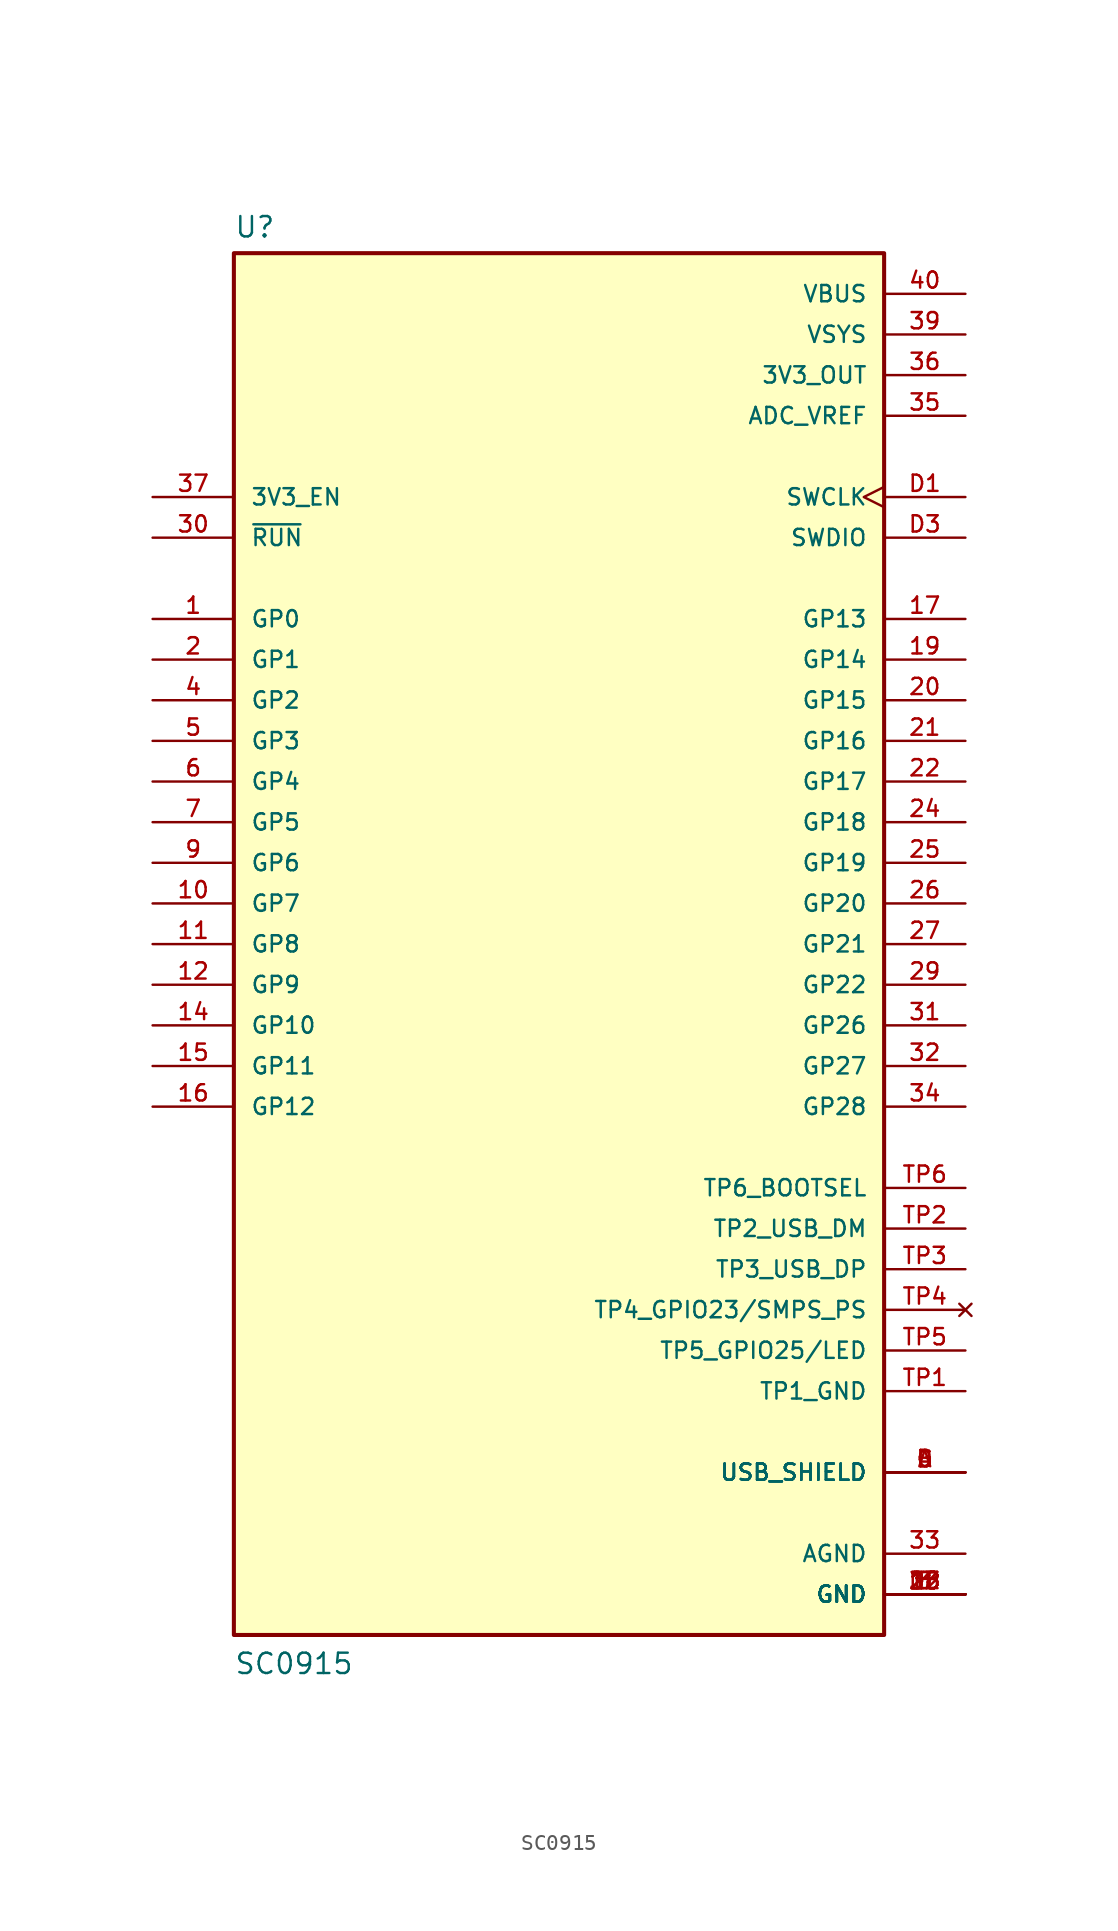
<source format=kicad_sym>
(kicad_symbol_lib
  (version 20220914)
  (generator kicad_symbol_editor)
  (symbol "SC0915"
    (pin_names
      (offset 1.016))
    (property "Reference" "U"
      (at -20.32 44.069 0)
      (effects (font (size 1.27 1.27)) (justify left bottom)))
    (property "Value" "SC0915"
      (at -20.32 -45.72 0)
      (effects (font (size 1.27 1.27)) (justify left bottom)))
    (symbol "SC0915_0_0"
      (rectangle (start -20.32 -43.18) (end 20.32 43.18) (stroke (width 0.254) (type default)) (fill (type background)))
      (pin bidirectional line (at -25.4 20.32 0) (length 5.08) (name "GP0" (effects (font (size 1.016 1.016)))) (number "1" (effects (font (size 1.016 1.016)))))
      (pin bidirectional line (at -25.4 2.54 0) (length 5.08) (name "GP7" (effects (font (size 1.016 1.016)))) (number "10" (effects (font (size 1.016 1.016)))))
      (pin bidirectional line (at -25.4 0 0) (length 5.08) (name "GP8" (effects (font (size 1.016 1.016)))) (number "11" (effects (font (size 1.016 1.016)))))
      (pin bidirectional line (at -25.4 -2.54 0) (length 5.08) (name "GP9" (effects (font (size 1.016 1.016)))) (number "12" (effects (font (size 1.016 1.016)))))
      (pin power_in line (at 25.4 -40.64 180) (length 5.08) (name "GND" (effects (font (size 1.016 1.016)))) (number "13" (effects (font (size 1.016 1.016)))))
      (pin bidirectional line (at -25.4 -5.08 0) (length 5.08) (name "GP10" (effects (font (size 1.016 1.016)))) (number "14" (effects (font (size 1.016 1.016)))))
      (pin bidirectional line (at -25.4 -7.62 0) (length 5.08) (name "GP11" (effects (font (size 1.016 1.016)))) (number "15" (effects (font (size 1.016 1.016)))))
      (pin bidirectional line (at -25.4 -10.16 0) (length 5.08) (name "GP12" (effects (font (size 1.016 1.016)))) (number "16" (effects (font (size 1.016 1.016)))))
      (pin bidirectional line (at 25.4 20.32 180) (length 5.08) (name "GP13" (effects (font (size 1.016 1.016)))) (number "17" (effects (font (size 1.016 1.016)))))
      (pin power_in line (at 25.4 -40.64 180) (length 5.08) (name "GND" (effects (font (size 1.016 1.016)))) (number "18" (effects (font (size 1.016 1.016)))))
      (pin bidirectional line (at 25.4 17.78 180) (length 5.08) (name "GP14" (effects (font (size 1.016 1.016)))) (number "19" (effects (font (size 1.016 1.016)))))
      (pin bidirectional line (at -25.4 17.78 0) (length 5.08) (name "GP1" (effects (font (size 1.016 1.016)))) (number "2" (effects (font (size 1.016 1.016)))))
      (pin bidirectional line (at 25.4 15.24 180) (length 5.08) (name "GP15" (effects (font (size 1.016 1.016)))) (number "20" (effects (font (size 1.016 1.016)))))
      (pin bidirectional line (at 25.4 12.7 180) (length 5.08) (name "GP16" (effects (font (size 1.016 1.016)))) (number "21" (effects (font (size 1.016 1.016)))))
      (pin bidirectional line (at 25.4 10.16 180) (length 5.08) (name "GP17" (effects (font (size 1.016 1.016)))) (number "22" (effects (font (size 1.016 1.016)))))
      (pin power_in line (at 25.4 -40.64 180) (length 5.08) (name "GND" (effects (font (size 1.016 1.016)))) (number "23" (effects (font (size 1.016 1.016)))))
      (pin bidirectional line (at 25.4 7.62 180) (length 5.08) (name "GP18" (effects (font (size 1.016 1.016)))) (number "24" (effects (font (size 1.016 1.016)))))
      (pin bidirectional line (at 25.4 5.08 180) (length 5.08) (name "GP19" (effects (font (size 1.016 1.016)))) (number "25" (effects (font (size 1.016 1.016)))))
      (pin bidirectional line (at 25.4 2.54 180) (length 5.08) (name "GP20" (effects (font (size 1.016 1.016)))) (number "26" (effects (font (size 1.016 1.016)))))
      (pin bidirectional line (at 25.4 0 180) (length 5.08) (name "GP21" (effects (font (size 1.016 1.016)))) (number "27" (effects (font (size 1.016 1.016)))))
      (pin power_in line (at 25.4 -40.64 180) (length 5.08) (name "GND" (effects (font (size 1.016 1.016)))) (number "28" (effects (font (size 1.016 1.016)))))
      (pin bidirectional line (at 25.4 -2.54 180) (length 5.08) (name "GP22" (effects (font (size 1.016 1.016)))) (number "29" (effects (font (size 1.016 1.016)))))
      (pin power_in line (at 25.4 -40.64 180) (length 5.08) (name "GND" (effects (font (size 1.016 1.016)))) (number "3" (effects (font (size 1.016 1.016)))))
      (pin input line (at -25.4 25.4 0) (length 5.08) (name "~{RUN}" (effects (font (size 1.016 1.016)))) (number "30" (effects (font (size 1.016 1.016)))))
      (pin bidirectional line (at 25.4 -5.08 180) (length 5.08) (name "GP26" (effects (font (size 1.016 1.016)))) (number "31" (effects (font (size 1.016 1.016)))))
      (pin bidirectional line (at 25.4 -7.62 180) (length 5.08) (name "GP27" (effects (font (size 1.016 1.016)))) (number "32" (effects (font (size 1.016 1.016)))))
      (pin power_in line (at 25.4 -38.1 180) (length 5.08) (name "AGND" (effects (font (size 1.016 1.016)))) (number "33" (effects (font (size 1.016 1.016)))))
      (pin bidirectional line (at 25.4 -10.16 180) (length 5.08) (name "GP28" (effects (font (size 1.016 1.016)))) (number "34" (effects (font (size 1.016 1.016)))))
      (pin power_in line (at 25.4 33.02 180) (length 5.08) (name "ADC_VREF" (effects (font (size 1.016 1.016)))) (number "35" (effects (font (size 1.016 1.016)))))
      (pin power_in line (at 25.4 35.56 180) (length 5.08) (name "3V3_OUT" (effects (font (size 1.016 1.016)))) (number "36" (effects (font (size 1.016 1.016)))))
      (pin input line (at -25.4 27.94 0) (length 5.08) (name "3V3_EN" (effects (font (size 1.016 1.016)))) (number "37" (effects (font (size 1.016 1.016)))))
      (pin power_in line (at 25.4 -40.64 180) (length 5.08) (name "GND" (effects (font (size 1.016 1.016)))) (number "38" (effects (font (size 1.016 1.016)))))
      (pin power_in line (at 25.4 38.1 180) (length 5.08) (name "VSYS" (effects (font (size 1.016 1.016)))) (number "39" (effects (font (size 1.016 1.016)))))
      (pin bidirectional line (at -25.4 15.24 0) (length 5.08) (name "GP2" (effects (font (size 1.016 1.016)))) (number "4" (effects (font (size 1.016 1.016)))))
      (pin power_in line (at 25.4 40.64 180) (length 5.08) (name "VBUS" (effects (font (size 1.016 1.016)))) (number "40" (effects (font (size 1.016 1.016)))))
      (pin bidirectional line (at -25.4 12.7 0) (length 5.08) (name "GP3" (effects (font (size 1.016 1.016)))) (number "5" (effects (font (size 1.016 1.016)))))
      (pin bidirectional line (at -25.4 10.16 0) (length 5.08) (name "GP4" (effects (font (size 1.016 1.016)))) (number "6" (effects (font (size 1.016 1.016)))))
      (pin bidirectional line (at -25.4 7.62 0) (length 5.08) (name "GP5" (effects (font (size 1.016 1.016)))) (number "7" (effects (font (size 1.016 1.016)))))
      (pin power_in line (at 25.4 -40.64 180) (length 5.08) (name "GND" (effects (font (size 1.016 1.016)))) (number "8" (effects (font (size 1.016 1.016)))))
      (pin bidirectional line (at -25.4 5.08 0) (length 5.08) (name "GP6" (effects (font (size 1.016 1.016)))) (number "9" (effects (font (size 1.016 1.016)))))
      (pin power_in line (at 25.4 -33.02 180) (length 5.08) (name "USB_SHIELD" (effects (font (size 1.016 1.016)))) (number "A" (effects (font (size 1.016 1.016)))))
      (pin power_in line (at 25.4 -33.02 180) (length 5.08) (name "USB_SHIELD" (effects (font (size 1.016 1.016)))) (number "B" (effects (font (size 1.016 1.016)))))
      (pin power_in line (at 25.4 -33.02 180) (length 5.08) (name "USB_SHIELD" (effects (font (size 1.016 1.016)))) (number "C" (effects (font (size 1.016 1.016)))))
      (pin power_in line (at 25.4 -33.02 180) (length 5.08) (name "USB_SHIELD" (effects (font (size 1.016 1.016)))) (number "D" (effects (font (size 1.016 1.016)))))
      (pin input clock (at 25.4 27.94 180) (length 5.08) (name "SWCLK" (effects (font (size 1.016 1.016)))) (number "D1" (effects (font (size 1.016 1.016)))))
      (pin power_in line (at 25.4 -40.64 180) (length 5.08) (name "GND" (effects (font (size 1.016 1.016)))) (number "D2" (effects (font (size 1.016 1.016)))))
      (pin bidirectional line (at 25.4 25.4 180) (length 5.08) (name "SWDIO" (effects (font (size 1.016 1.016)))) (number "D3" (effects (font (size 1.016 1.016)))))
      (pin power_in line (at 25.4 -27.94 180) (length 5.08) (name "TP1_GND" (effects (font (size 1.016 1.016)))) (number "TP1" (effects (font (size 1.016 1.016)))))
      (pin bidirectional line (at 25.4 -17.78 180) (length 5.08) (name "TP2_USB_DM" (effects (font (size 1.016 1.016)))) (number "TP2" (effects (font (size 1.016 1.016)))))
      (pin bidirectional line (at 25.4 -20.32 180) (length 5.08) (name "TP3_USB_DP" (effects (font (size 1.016 1.016)))) (number "TP3" (effects (font (size 1.016 1.016)))))
      (pin no_connect line (at 25.4 -22.86 180) (length 5.08) (name "TP4_GPIO23/SMPS_PS" (effects (font (size 1.016 1.016)))) (number "TP4" (effects (font (size 1.016 1.016)))))
      (pin output line (at 25.4 -25.4 180) (length 5.08) (name "TP5_GPIO25/LED" (effects (font (size 1.016 1.016)))) (number "TP5" (effects (font (size 1.016 1.016)))))
      (pin input line (at 25.4 -15.24 180) (length 5.08) (name "TP6_BOOTSEL" (effects (font (size 1.016 1.016)))) (number "TP6" (effects (font (size 1.016 1.016))))))))
</source>
